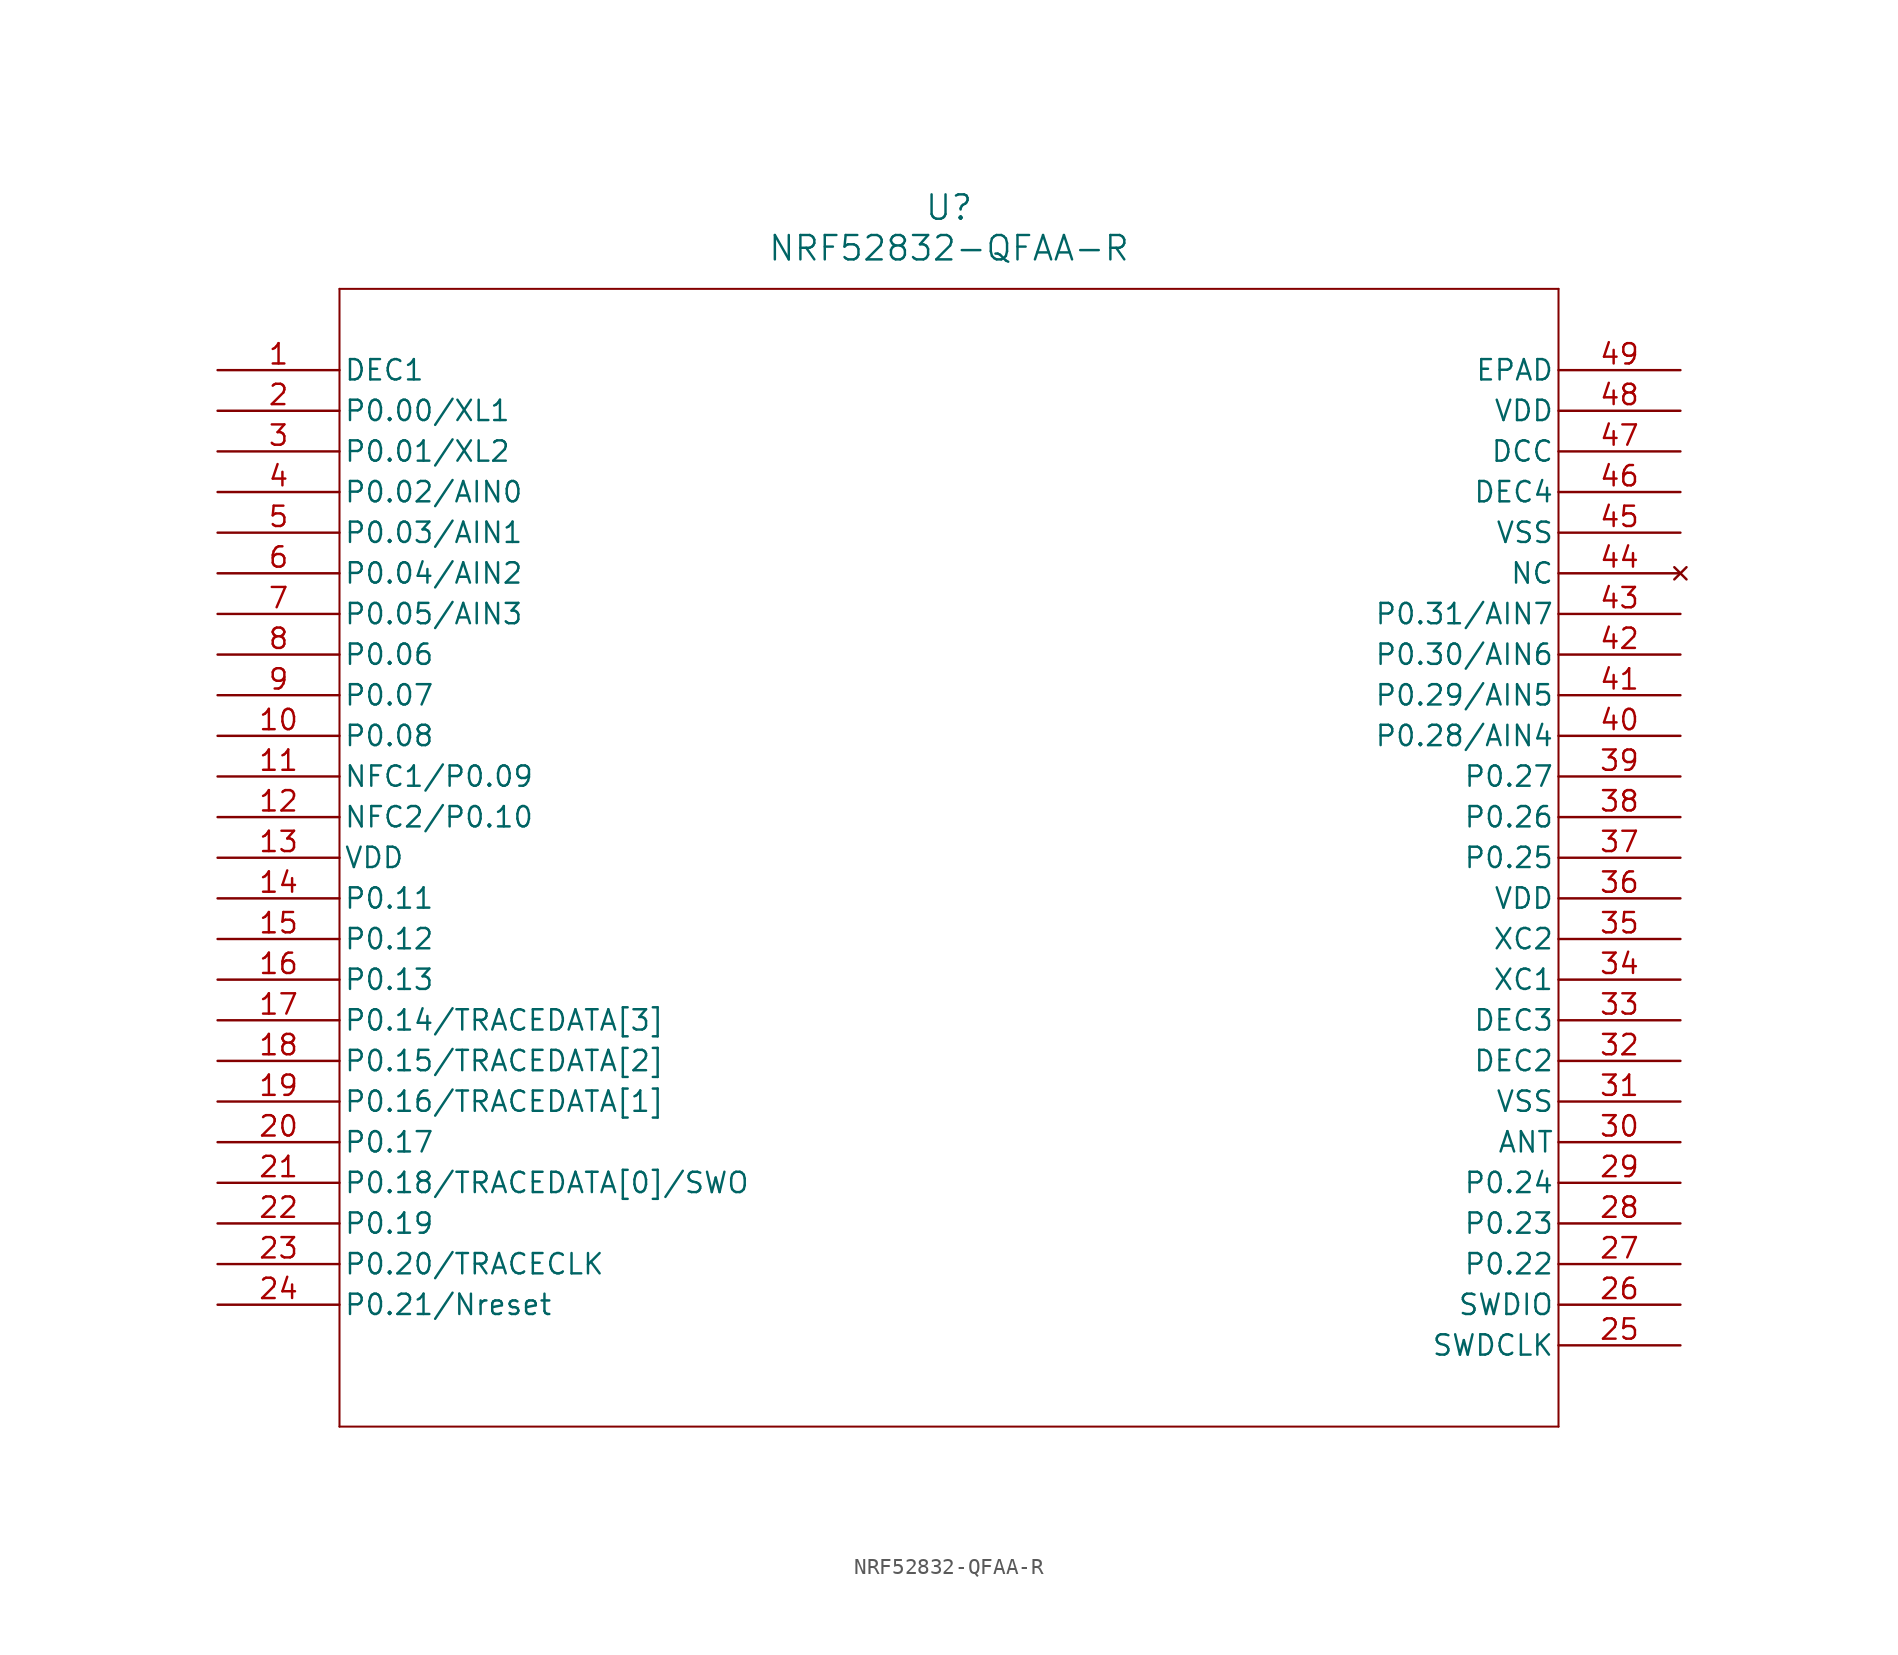
<source format=kicad_sym>
(kicad_symbol_lib
  (version 20211014)
  (generator kicad_symbol_editor)
  (symbol "NRF52832-QFAA-R"
    (pin_names
      (offset 0.254))
    (property "Reference" "U"
      (at 45.72 10.16 0)
      (effects (font (size 1.524 1.524))))
    (property "Value" "NRF52832-QFAA-R"
      (at 45.72 7.62 0)
      (effects (font (size 1.524 1.524))))
    (symbol "NRF52832-QFAA-R_0_1"
      (polyline (pts (xy 7.62 5.08) (xy 7.62 -66.04)) (stroke (width 0.127) (type default) (color 0 0 0 0)) (fill (type none)))
      (polyline (pts (xy 7.62 -66.04) (xy 83.82 -66.04)) (stroke (width 0.127) (type default) (color 0 0 0 0)) (fill (type none)))
      (polyline (pts (xy 83.82 -66.04) (xy 83.82 5.08)) (stroke (width 0.127) (type default) (color 0 0 0 0)) (fill (type none)))
      (polyline (pts (xy 83.82 5.08) (xy 7.62 5.08)) (stroke (width 0.127) (type default) (color 0 0 0 0)) (fill (type none)))
      (pin power_in line (at 0 0 0) (length 7.62) (name "DEC1" (effects (font (size 1.27 1.27)))) (number "1" (effects (font (size 1.27 1.27)))))
      (pin bidirectional line (at 0 -2.54 0) (length 7.62) (name "P0.00/XL1" (effects (font (size 1.27 1.27)))) (number "2" (effects (font (size 1.27 1.27)))))
      (pin bidirectional line (at 0 -5.08 0) (length 7.62) (name "P0.01/XL2" (effects (font (size 1.27 1.27)))) (number "3" (effects (font (size 1.27 1.27)))))
      (pin bidirectional line (at 0 -7.62 0) (length 7.62) (name "P0.02/AIN0" (effects (font (size 1.27 1.27)))) (number "4" (effects (font (size 1.27 1.27)))))
      (pin bidirectional line (at 0 -10.16 0) (length 7.62) (name "P0.03/AIN1" (effects (font (size 1.27 1.27)))) (number "5" (effects (font (size 1.27 1.27)))))
      (pin bidirectional line (at 0 -12.7 0) (length 7.62) (name "P0.04/AIN2" (effects (font (size 1.27 1.27)))) (number "6" (effects (font (size 1.27 1.27)))))
      (pin bidirectional line (at 0 -15.24 0) (length 7.62) (name "P0.05/AIN3" (effects (font (size 1.27 1.27)))) (number "7" (effects (font (size 1.27 1.27)))))
      (pin bidirectional line (at 0 -17.78 0) (length 7.62) (name "P0.06" (effects (font (size 1.27 1.27)))) (number "8" (effects (font (size 1.27 1.27)))))
      (pin bidirectional line (at 0 -20.32 0) (length 7.62) (name "P0.07" (effects (font (size 1.27 1.27)))) (number "9" (effects (font (size 1.27 1.27)))))
      (pin bidirectional line (at 0 -22.86 0) (length 7.62) (name "P0.08" (effects (font (size 1.27 1.27)))) (number "10" (effects (font (size 1.27 1.27)))))
      (pin bidirectional line (at 0 -25.4 0) (length 7.62) (name "NFC1/P0.09" (effects (font (size 1.27 1.27)))) (number "11" (effects (font (size 1.27 1.27)))))
      (pin bidirectional line (at 0 -27.94 0) (length 7.62) (name "NFC2/P0.10" (effects (font (size 1.27 1.27)))) (number "12" (effects (font (size 1.27 1.27)))))
      (pin power_in line (at 0 -30.48 0) (length 7.62) (name "VDD" (effects (font (size 1.27 1.27)))) (number "13" (effects (font (size 1.27 1.27)))))
      (pin bidirectional line (at 0 -33.02 0) (length 7.62) (name "P0.11" (effects (font (size 1.27 1.27)))) (number "14" (effects (font (size 1.27 1.27)))))
      (pin bidirectional line (at 0 -35.56 0) (length 7.62) (name "P0.12" (effects (font (size 1.27 1.27)))) (number "15" (effects (font (size 1.27 1.27)))))
      (pin bidirectional line (at 0 -38.1 0) (length 7.62) (name "P0.13" (effects (font (size 1.27 1.27)))) (number "16" (effects (font (size 1.27 1.27)))))
      (pin bidirectional line (at 0 -40.64 0) (length 7.62) (name "P0.14/TRACEDATA[3]" (effects (font (size 1.27 1.27)))) (number "17" (effects (font (size 1.27 1.27)))))
      (pin bidirectional line (at 0 -43.18 0) (length 7.62) (name "P0.15/TRACEDATA[2]" (effects (font (size 1.27 1.27)))) (number "18" (effects (font (size 1.27 1.27)))))
      (pin bidirectional line (at 0 -45.72 0) (length 7.62) (name "P0.16/TRACEDATA[1]" (effects (font (size 1.27 1.27)))) (number "19" (effects (font (size 1.27 1.27)))))
      (pin bidirectional line (at 0 -48.26 0) (length 7.62) (name "P0.17" (effects (font (size 1.27 1.27)))) (number "20" (effects (font (size 1.27 1.27)))))
      (pin bidirectional line (at 0 -50.8 0) (length 7.62) (name "P0.18/TRACEDATA[0]/SWO" (effects (font (size 1.27 1.27)))) (number "21" (effects (font (size 1.27 1.27)))))
      (pin bidirectional line (at 0 -53.34 0) (length 7.62) (name "P0.19" (effects (font (size 1.27 1.27)))) (number "22" (effects (font (size 1.27 1.27)))))
      (pin bidirectional line (at 0 -55.88 0) (length 7.62) (name "P0.20/TRACECLK" (effects (font (size 1.27 1.27)))) (number "23" (effects (font (size 1.27 1.27)))))
      (pin bidirectional line (at 0 -58.42 0) (length 7.62) (name "P0.21/Nreset" (effects (font (size 1.27 1.27)))) (number "24" (effects (font (size 1.27 1.27)))))
      (pin input line (at 91.44 -60.96 180) (length 7.62) (name "SWDCLK" (effects (font (size 1.27 1.27)))) (number "25" (effects (font (size 1.27 1.27)))))
      (pin bidirectional line (at 91.44 -58.42 180) (length 7.62) (name "SWDIO" (effects (font (size 1.27 1.27)))) (number "26" (effects (font (size 1.27 1.27)))))
      (pin bidirectional line (at 91.44 -55.88 180) (length 7.62) (name "P0.22" (effects (font (size 1.27 1.27)))) (number "27" (effects (font (size 1.27 1.27)))))
      (pin bidirectional line (at 91.44 -53.34 180) (length 7.62) (name "P0.23" (effects (font (size 1.27 1.27)))) (number "28" (effects (font (size 1.27 1.27)))))
      (pin bidirectional line (at 91.44 -50.8 180) (length 7.62) (name "P0.24" (effects (font (size 1.27 1.27)))) (number "29" (effects (font (size 1.27 1.27)))))
      (pin unspecified line (at 91.44 -48.26 180) (length 7.62) (name "ANT" (effects (font (size 1.27 1.27)))) (number "30" (effects (font (size 1.27 1.27)))))
      (pin power_in line (at 91.44 -45.72 180) (length 7.62) (name "VSS" (effects (font (size 1.27 1.27)))) (number "31" (effects (font (size 1.27 1.27)))))
      (pin power_in line (at 91.44 -43.18 180) (length 7.62) (name "DEC2" (effects (font (size 1.27 1.27)))) (number "32" (effects (font (size 1.27 1.27)))))
      (pin power_in line (at 91.44 -40.64 180) (length 7.62) (name "DEC3" (effects (font (size 1.27 1.27)))) (number "33" (effects (font (size 1.27 1.27)))))
      (pin input line (at 91.44 -38.1 180) (length 7.62) (name "XC1" (effects (font (size 1.27 1.27)))) (number "34" (effects (font (size 1.27 1.27)))))
      (pin input line (at 91.44 -35.56 180) (length 7.62) (name "XC2" (effects (font (size 1.27 1.27)))) (number "35" (effects (font (size 1.27 1.27)))))
      (pin power_in line (at 91.44 -33.02 180) (length 7.62) (name "VDD" (effects (font (size 1.27 1.27)))) (number "36" (effects (font (size 1.27 1.27)))))
      (pin bidirectional line (at 91.44 -30.48 180) (length 7.62) (name "P0.25" (effects (font (size 1.27 1.27)))) (number "37" (effects (font (size 1.27 1.27)))))
      (pin bidirectional line (at 91.44 -27.94 180) (length 7.62) (name "P0.26" (effects (font (size 1.27 1.27)))) (number "38" (effects (font (size 1.27 1.27)))))
      (pin bidirectional line (at 91.44 -25.4 180) (length 7.62) (name "P0.27" (effects (font (size 1.27 1.27)))) (number "39" (effects (font (size 1.27 1.27)))))
      (pin bidirectional line (at 91.44 -22.86 180) (length 7.62) (name "P0.28/AIN4" (effects (font (size 1.27 1.27)))) (number "40" (effects (font (size 1.27 1.27)))))
      (pin bidirectional line (at 91.44 -20.32 180) (length 7.62) (name "P0.29/AIN5" (effects (font (size 1.27 1.27)))) (number "41" (effects (font (size 1.27 1.27)))))
      (pin bidirectional line (at 91.44 -17.78 180) (length 7.62) (name "P0.30/AIN6" (effects (font (size 1.27 1.27)))) (number "42" (effects (font (size 1.27 1.27)))))
      (pin bidirectional line (at 91.44 -15.24 180) (length 7.62) (name "P0.31/AIN7" (effects (font (size 1.27 1.27)))) (number "43" (effects (font (size 1.27 1.27)))))
      (pin no_connect line (at 91.44 -12.7 180) (length 7.62) (name "NC" (effects (font (size 1.27 1.27)))) (number "44" (effects (font (size 1.27 1.27)))))
      (pin power_in line (at 91.44 -10.16 180) (length 7.62) (name "VSS" (effects (font (size 1.27 1.27)))) (number "45" (effects (font (size 1.27 1.27)))))
      (pin power_in line (at 91.44 -7.62 180) (length 7.62) (name "DEC4" (effects (font (size 1.27 1.27)))) (number "46" (effects (font (size 1.27 1.27)))))
      (pin power_in line (at 91.44 -5.08 180) (length 7.62) (name "DCC" (effects (font (size 1.27 1.27)))) (number "47" (effects (font (size 1.27 1.27)))))
      (pin power_in line (at 91.44 -2.54 180) (length 7.62) (name "VDD" (effects (font (size 1.27 1.27)))) (number "48" (effects (font (size 1.27 1.27)))))
      (pin unspecified line (at 91.44 0 180) (length 7.62) (name "EPAD" (effects (font (size 1.27 1.27)))) (number "49" (effects (font (size 1.27 1.27))))))))
</source>
